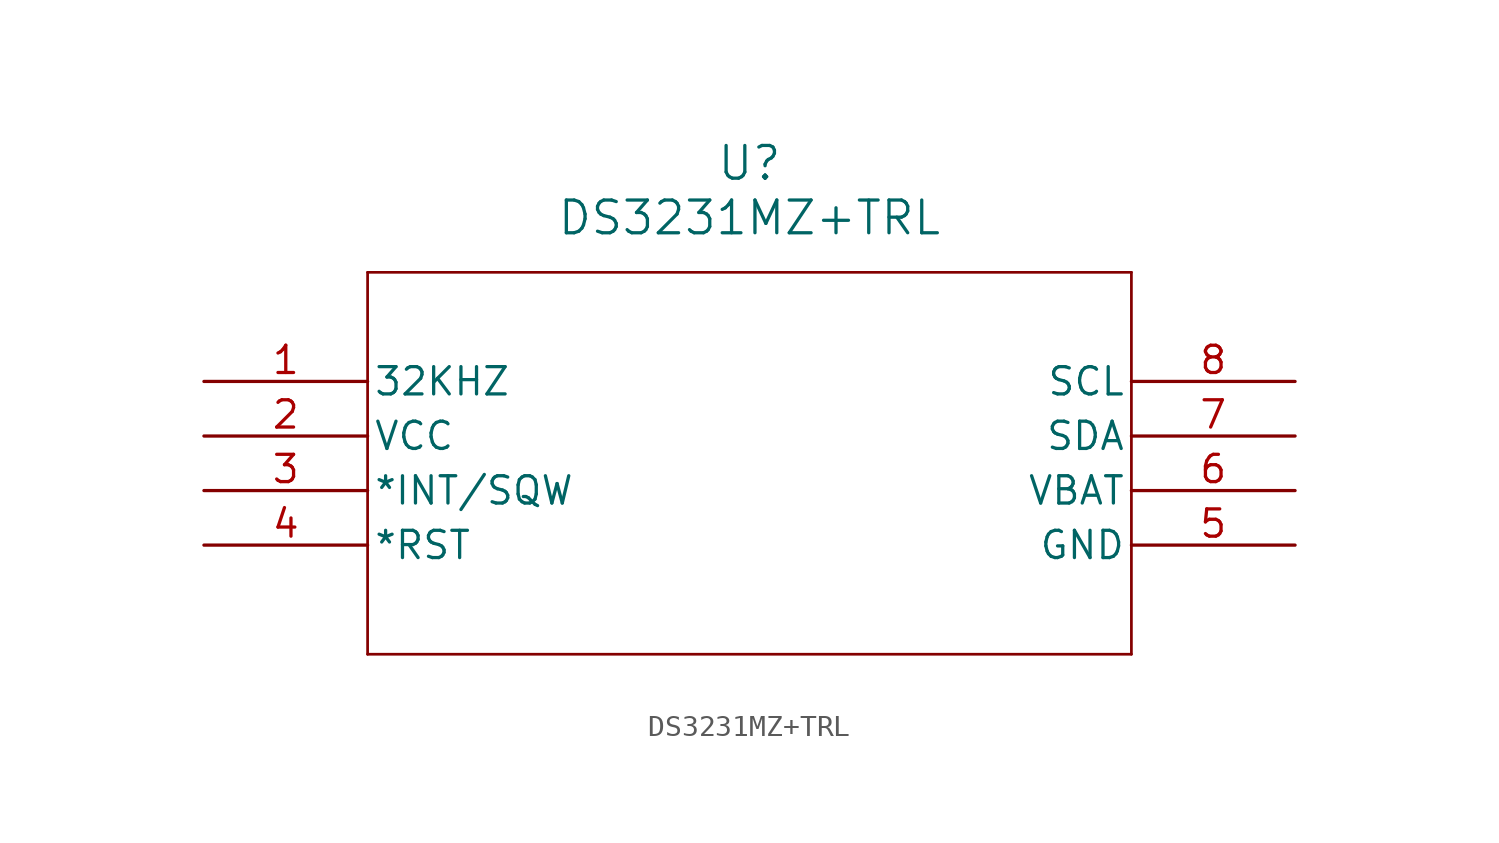
<source format=kicad_sym>
(kicad_symbol_lib
  (version 20211014)
  (generator kicad_symbol_editor)
  (symbol "DS3231MZ+TRL"
    (pin_names
      (offset 0.254))
    (property "Reference" "U"
      (at 25.4 10.16 0)
      (effects (font (size 1.524 1.524))))
    (property "Value" "DS3231MZ+TRL"
      (at 25.4 7.62 0)
      (effects (font (size 1.524 1.524))))
    (symbol "DS3231MZ+TRL_0_1"
      (polyline (pts (xy 7.62 5.08) (xy 7.62 -12.7)) (stroke (width 0.127) (type default) (color 0 0 0 0)) (fill (type none)))
      (polyline (pts (xy 7.62 -12.7) (xy 43.18 -12.7)) (stroke (width 0.127) (type default) (color 0 0 0 0)) (fill (type none)))
      (polyline (pts (xy 43.18 -12.7) (xy 43.18 5.08)) (stroke (width 0.127) (type default) (color 0 0 0 0)) (fill (type none)))
      (polyline (pts (xy 43.18 5.08) (xy 7.62 5.08)) (stroke (width 0.127) (type default) (color 0 0 0 0)) (fill (type none)))
      (pin output line (at 0 0 0) (length 7.62) (name "32KHZ" (effects (font (size 1.27 1.27)))) (number "1" (effects (font (size 1.27 1.27)))))
      (pin power_in line (at 0 -2.54 0) (length 7.62) (name "VCC" (effects (font (size 1.27 1.27)))) (number "2" (effects (font (size 1.27 1.27)))))
      (pin output line (at 0 -5.08 0) (length 7.62) (name "*INT/SQW" (effects (font (size 1.27 1.27)))) (number "3" (effects (font (size 1.27 1.27)))))
      (pin bidirectional line (at 0 -7.62 0) (length 7.62) (name "*RST" (effects (font (size 1.27 1.27)))) (number "4" (effects (font (size 1.27 1.27)))))
      (pin power_in line (at 50.8 -7.62 180) (length 7.62) (name "GND" (effects (font (size 1.27 1.27)))) (number "5" (effects (font (size 1.27 1.27)))))
      (pin power_in line (at 50.8 -5.08 180) (length 7.62) (name "VBAT" (effects (font (size 1.27 1.27)))) (number "6" (effects (font (size 1.27 1.27)))))
      (pin bidirectional line (at 50.8 -2.54 180) (length 7.62) (name "SDA" (effects (font (size 1.27 1.27)))) (number "7" (effects (font (size 1.27 1.27)))))
      (pin input line (at 50.8 0 180) (length 7.62) (name "SCL" (effects (font (size 1.27 1.27)))) (number "8" (effects (font (size 1.27 1.27))))))))
</source>
